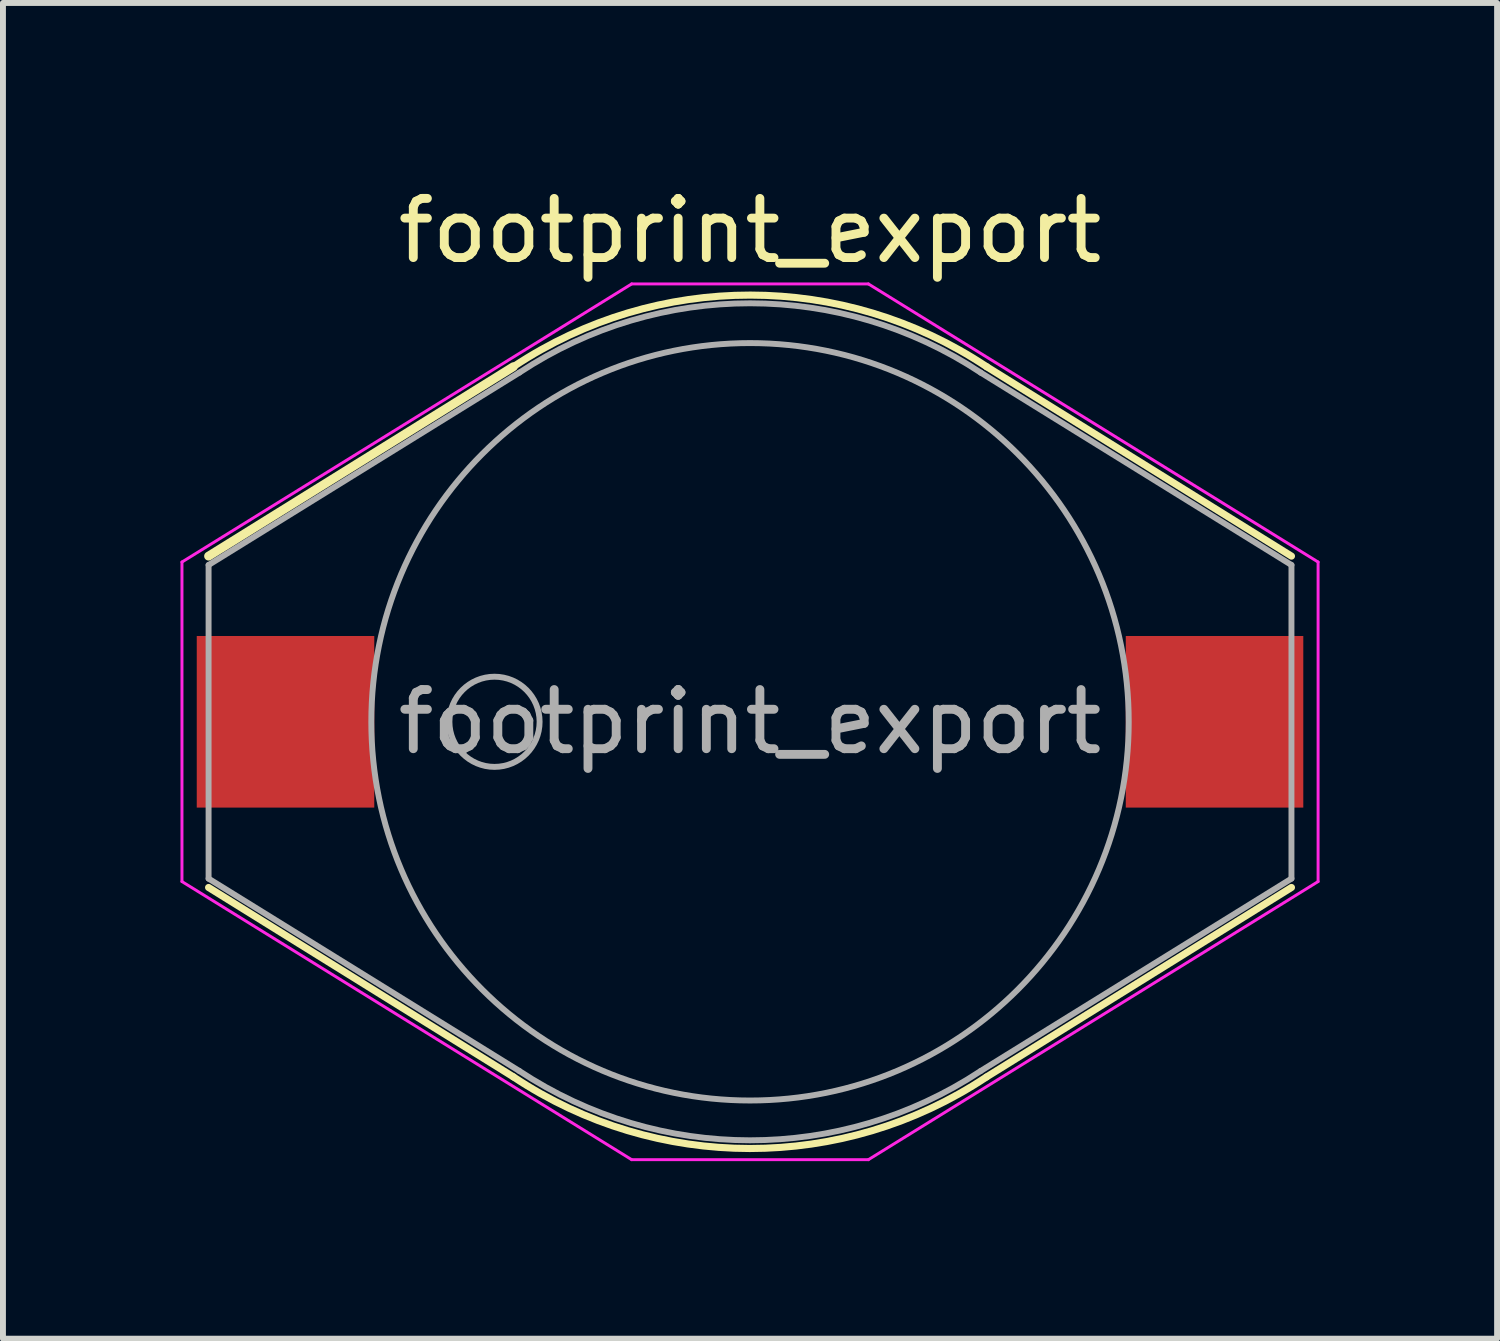
<source format=kicad_pcb>
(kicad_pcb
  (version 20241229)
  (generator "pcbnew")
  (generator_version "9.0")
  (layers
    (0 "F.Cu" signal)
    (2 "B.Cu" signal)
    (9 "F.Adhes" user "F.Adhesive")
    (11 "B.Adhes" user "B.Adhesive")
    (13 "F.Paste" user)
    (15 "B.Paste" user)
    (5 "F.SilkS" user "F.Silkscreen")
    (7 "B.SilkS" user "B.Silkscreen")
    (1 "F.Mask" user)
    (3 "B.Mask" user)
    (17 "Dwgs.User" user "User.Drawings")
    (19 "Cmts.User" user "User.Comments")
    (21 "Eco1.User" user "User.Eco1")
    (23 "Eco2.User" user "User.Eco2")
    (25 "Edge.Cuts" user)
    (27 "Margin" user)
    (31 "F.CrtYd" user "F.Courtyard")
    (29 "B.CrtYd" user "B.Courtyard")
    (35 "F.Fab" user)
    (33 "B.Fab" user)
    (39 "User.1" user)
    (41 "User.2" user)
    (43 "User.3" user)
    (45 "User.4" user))
  (footprint "footprint_export"
    (layer "F.Cu")
    (at 9.625 9.148)
    (property "Reference" "footprint_export" (at 0 -8.3 0) (layer "F.SilkS") (effects (font (size 1 1) (thickness 0.15))))
    (attr smd)
    (fp_line (start -9.15 -2.8) (end -4 -6) (stroke (width 0.15) (type solid)) (layer "F.SilkS"))
    (fp_line (start -4 6) (end -9.15 2.8) (stroke (width 0.12) (type solid)) (layer "F.SilkS"))
    (fp_line (start 4 -6) (end 9.15 -2.8) (stroke (width 0.12) (type solid)) (layer "F.SilkS"))
    (fp_line (start 9.15 2.8) (end 4 6) (stroke (width 0.12) (type solid)) (layer "F.SilkS"))
    (fp_arc (start -3.991604 -6.005589) (mid 0.005043 -7.211101) (end 4 -6) (stroke (width 0.12) (type solid)) (layer "F.SilkS"))
    (fp_arc (start 3.991604 6.005589) (mid -0.005043 7.211101) (end -4 6) (stroke (width 0.12) (type solid)) (layer "F.SilkS"))
    (fp_line (start -9.6 2.7) (end -9.6 -2.7) (stroke (width 0.05) (type solid)) (layer "F.CrtYd"))
    (fp_line (start -9.6 2.7) (end -2 7.4) (stroke (width 0.05) (type solid)) (layer "F.CrtYd"))
    (fp_line (start -2 -7.4) (end -9.6 -2.7) (stroke (width 0.05) (type solid)) (layer "F.CrtYd"))
    (fp_line (start -2 -7.4) (end 2 -7.4) (stroke (width 0.05) (type solid)) (layer "F.CrtYd"))
    (fp_line (start 2 7.4) (end -2 7.4) (stroke (width 0.05) (type solid)) (layer "F.CrtYd"))
    (fp_line (start 2 7.4) (end 9.6 2.7) (stroke (width 0.05) (type solid)) (layer "F.CrtYd"))
    (fp_line (start 9.6 -2.7) (end 2 -7.4) (stroke (width 0.05) (type solid)) (layer "F.CrtYd"))
    (fp_line (start 9.6 -2.7) (end 9.6 2.7) (stroke (width 0.05) (type solid)) (layer "F.CrtYd"))
    (fp_line (start -9.15 -2.65) (end -9.15 2.65) (stroke (width 0.1) (type solid)) (layer "F.Fab"))
    (fp_line (start -9.15 -2.65) (end -3.9 -5.9) (stroke (width 0.1) (type solid)) (layer "F.Fab"))
    (fp_line (start -3.9 5.9) (end -9.15 2.65) (stroke (width 0.1) (type solid)) (layer "F.Fab"))
    (fp_line (start 3.9 -5.9) (end 9.15 -2.65) (stroke (width 0.1) (type solid)) (layer "F.Fab"))
    (fp_line (start 9.15 2.65) (end 3.9 5.9) (stroke (width 0.1) (type solid)) (layer "F.Fab"))
    (fp_line (start 9.15 2.65) (end 9.15 -2.65) (stroke (width 0.1) (type solid)) (layer "F.Fab"))
    (fp_arc (start -3.896832 -5.902093) (mid 0.001898 -7.072482) (end 3.9 -5.9) (stroke (width 0.1) (type solid)) (layer "F.Fab"))
    (fp_arc (start 3.896832 5.902093) (mid -0.001898 7.072482) (end -3.9 5.9) (stroke (width 0.1) (type solid)) (layer "F.Fab"))
    (fp_circle (center -4.318 0) (end -4.318 -0.762) (stroke (width 0.1) (type solid)) (fill no) (layer "F.Fab"))
    (fp_circle (center 0 0) (end 0 -6.4) (stroke (width 0.1) (type solid)) (fill no) (layer "F.Fab"))
    (fp_text user "${REFERENCE}" (at 0 0 0) (layer "F.Fab") (effects (font (size 1 1) (thickness 0.15))))
    (pad "1" smd rect (at -7.85 0) (size 3 2.9) (layers "F.Cu" "F.Mask" "F.Paste"))
    (pad "2" smd rect (at 7.85 0 180) (size 3 2.9) (layers "F.Cu" "F.Mask" "F.Paste")))
  (gr_rect
    (start -3 -3)
    (end 22.25 19.573)
    (stroke (width 0.1) (type default))
    (fill no)
    (layer "Edge.Cuts")))
</source>
